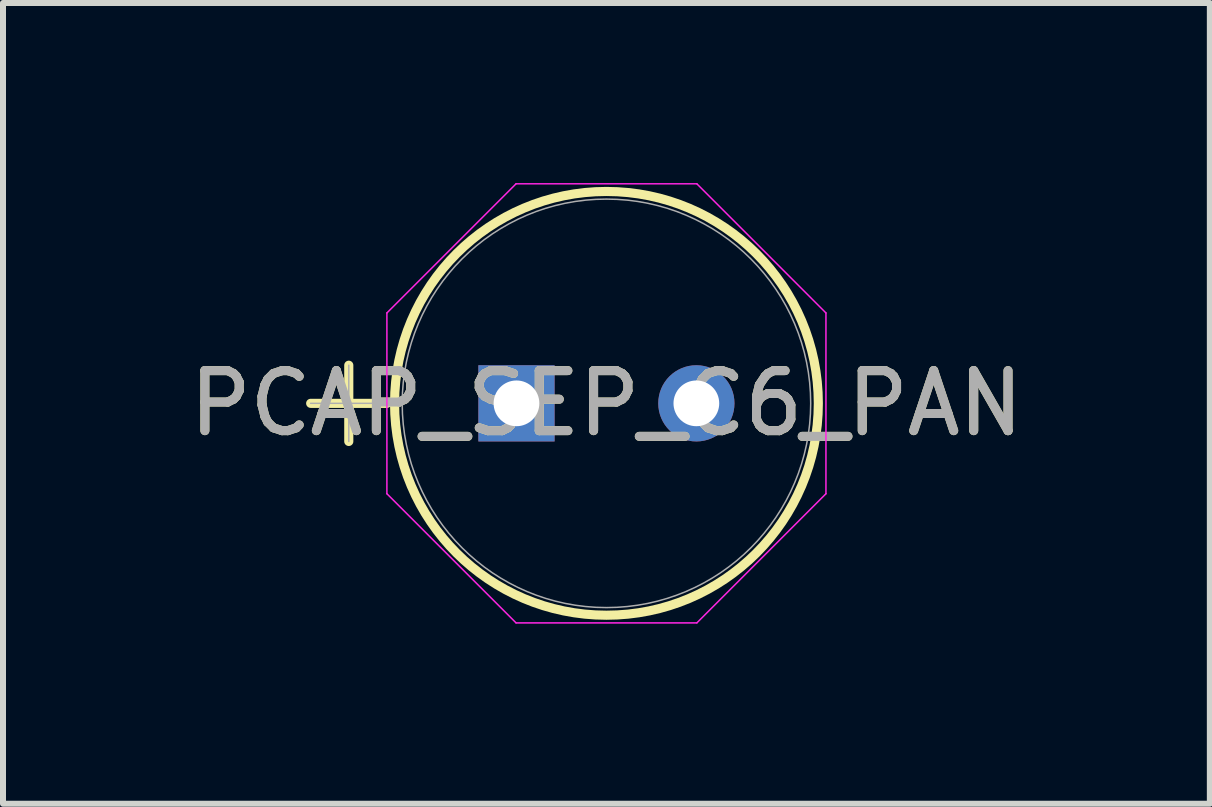
<source format=kicad_pcb>
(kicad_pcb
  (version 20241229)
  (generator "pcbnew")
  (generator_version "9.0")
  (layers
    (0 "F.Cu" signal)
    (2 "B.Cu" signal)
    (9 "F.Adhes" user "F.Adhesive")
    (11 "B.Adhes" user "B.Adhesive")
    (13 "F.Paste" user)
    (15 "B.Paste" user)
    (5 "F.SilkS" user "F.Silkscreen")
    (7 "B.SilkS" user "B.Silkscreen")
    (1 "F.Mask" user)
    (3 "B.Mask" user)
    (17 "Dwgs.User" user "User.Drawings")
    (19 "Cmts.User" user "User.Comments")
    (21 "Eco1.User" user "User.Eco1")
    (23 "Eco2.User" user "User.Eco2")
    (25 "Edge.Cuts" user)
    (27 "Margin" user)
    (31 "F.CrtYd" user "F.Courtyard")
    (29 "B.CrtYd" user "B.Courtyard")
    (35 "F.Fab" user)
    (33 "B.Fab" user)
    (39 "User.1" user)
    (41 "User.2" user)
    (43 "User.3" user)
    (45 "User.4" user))
  (footprint "PCAP_SEP_C6_PAN"
    (layer "F.Cu")
    (at 5.555 3.67)
    (property "Reference" "PCAP_SEP_C6_PAN" (at 1.499 0 0) (unlocked yes) (layer "F.SilkS") (effects (font (size 1 1) (thickness 0.15))))
    (attr through_hole)
    (fp_line (start -3.429 0) (end -2.159 0) (stroke (width 0.152) (type solid)) (layer "F.SilkS"))
    (fp_line (start -2.794 -0.635) (end -2.794 0.635) (stroke (width 0.152) (type solid)) (layer "F.SilkS"))
    (fp_circle (center 1.499 0) (end 5.029 0) (stroke (width 0.152) (type solid)) (fill no) (layer "F.SilkS"))
    (fp_line (start -2.159 -1.506) (end -0.007 -3.658) (stroke (width 0.025) (type solid)) (layer "F.CrtYd"))
    (fp_line (start -2.159 1.506) (end -2.159 -1.506) (stroke (width 0.025) (type solid)) (layer "F.CrtYd"))
    (fp_line (start -0.007 -3.658) (end 3.005 -3.658) (stroke (width 0.025) (type solid)) (layer "F.CrtYd"))
    (fp_line (start -0.007 3.658) (end -2.159 1.506) (stroke (width 0.025) (type solid)) (layer "F.CrtYd"))
    (fp_line (start 3.005 -3.658) (end 5.156 -1.506) (stroke (width 0.025) (type solid)) (layer "F.CrtYd"))
    (fp_line (start 3.005 3.658) (end -0.007 3.658) (stroke (width 0.025) (type solid)) (layer "F.CrtYd"))
    (fp_line (start 5.156 -1.506) (end 5.156 1.506) (stroke (width 0.025) (type solid)) (layer "F.CrtYd"))
    (fp_line (start 5.156 1.506) (end 3.005 3.658) (stroke (width 0.025) (type solid)) (layer "F.CrtYd"))
    (fp_line (start -3.429 0) (end -2.159 0) (stroke (width 0.025) (type solid)) (layer "F.Fab"))
    (fp_line (start -2.794 -0.635) (end -2.794 0.635) (stroke (width 0.025) (type solid)) (layer "F.Fab"))
    (fp_circle (center 1.499 0) (end 4.902 0) (stroke (width 0.025) (type solid)) (fill no) (layer "F.Fab"))
    (fp_text user "${REFERENCE}" (at 1.499 0 0) (unlocked yes) (layer "F.Fab") (effects (font (size 1 1) (thickness 0.15))))
    (pad "1" thru_hole rect (at 0 0) (size 1.27 1.27) (drill 0.762) (layers "*.Cu" "*.Mask"))
    (pad "2" thru_hole circle (at 2.997 0) (size 1.27 1.27) (drill 0.762) (layers "*.Cu" "*.Mask")))
  (gr_rect
    (start -3 -3)
    (end 17.107 10.341)
    (stroke (width 0.1) (type default))
    (fill no)
    (layer "Edge.Cuts")))
</source>
